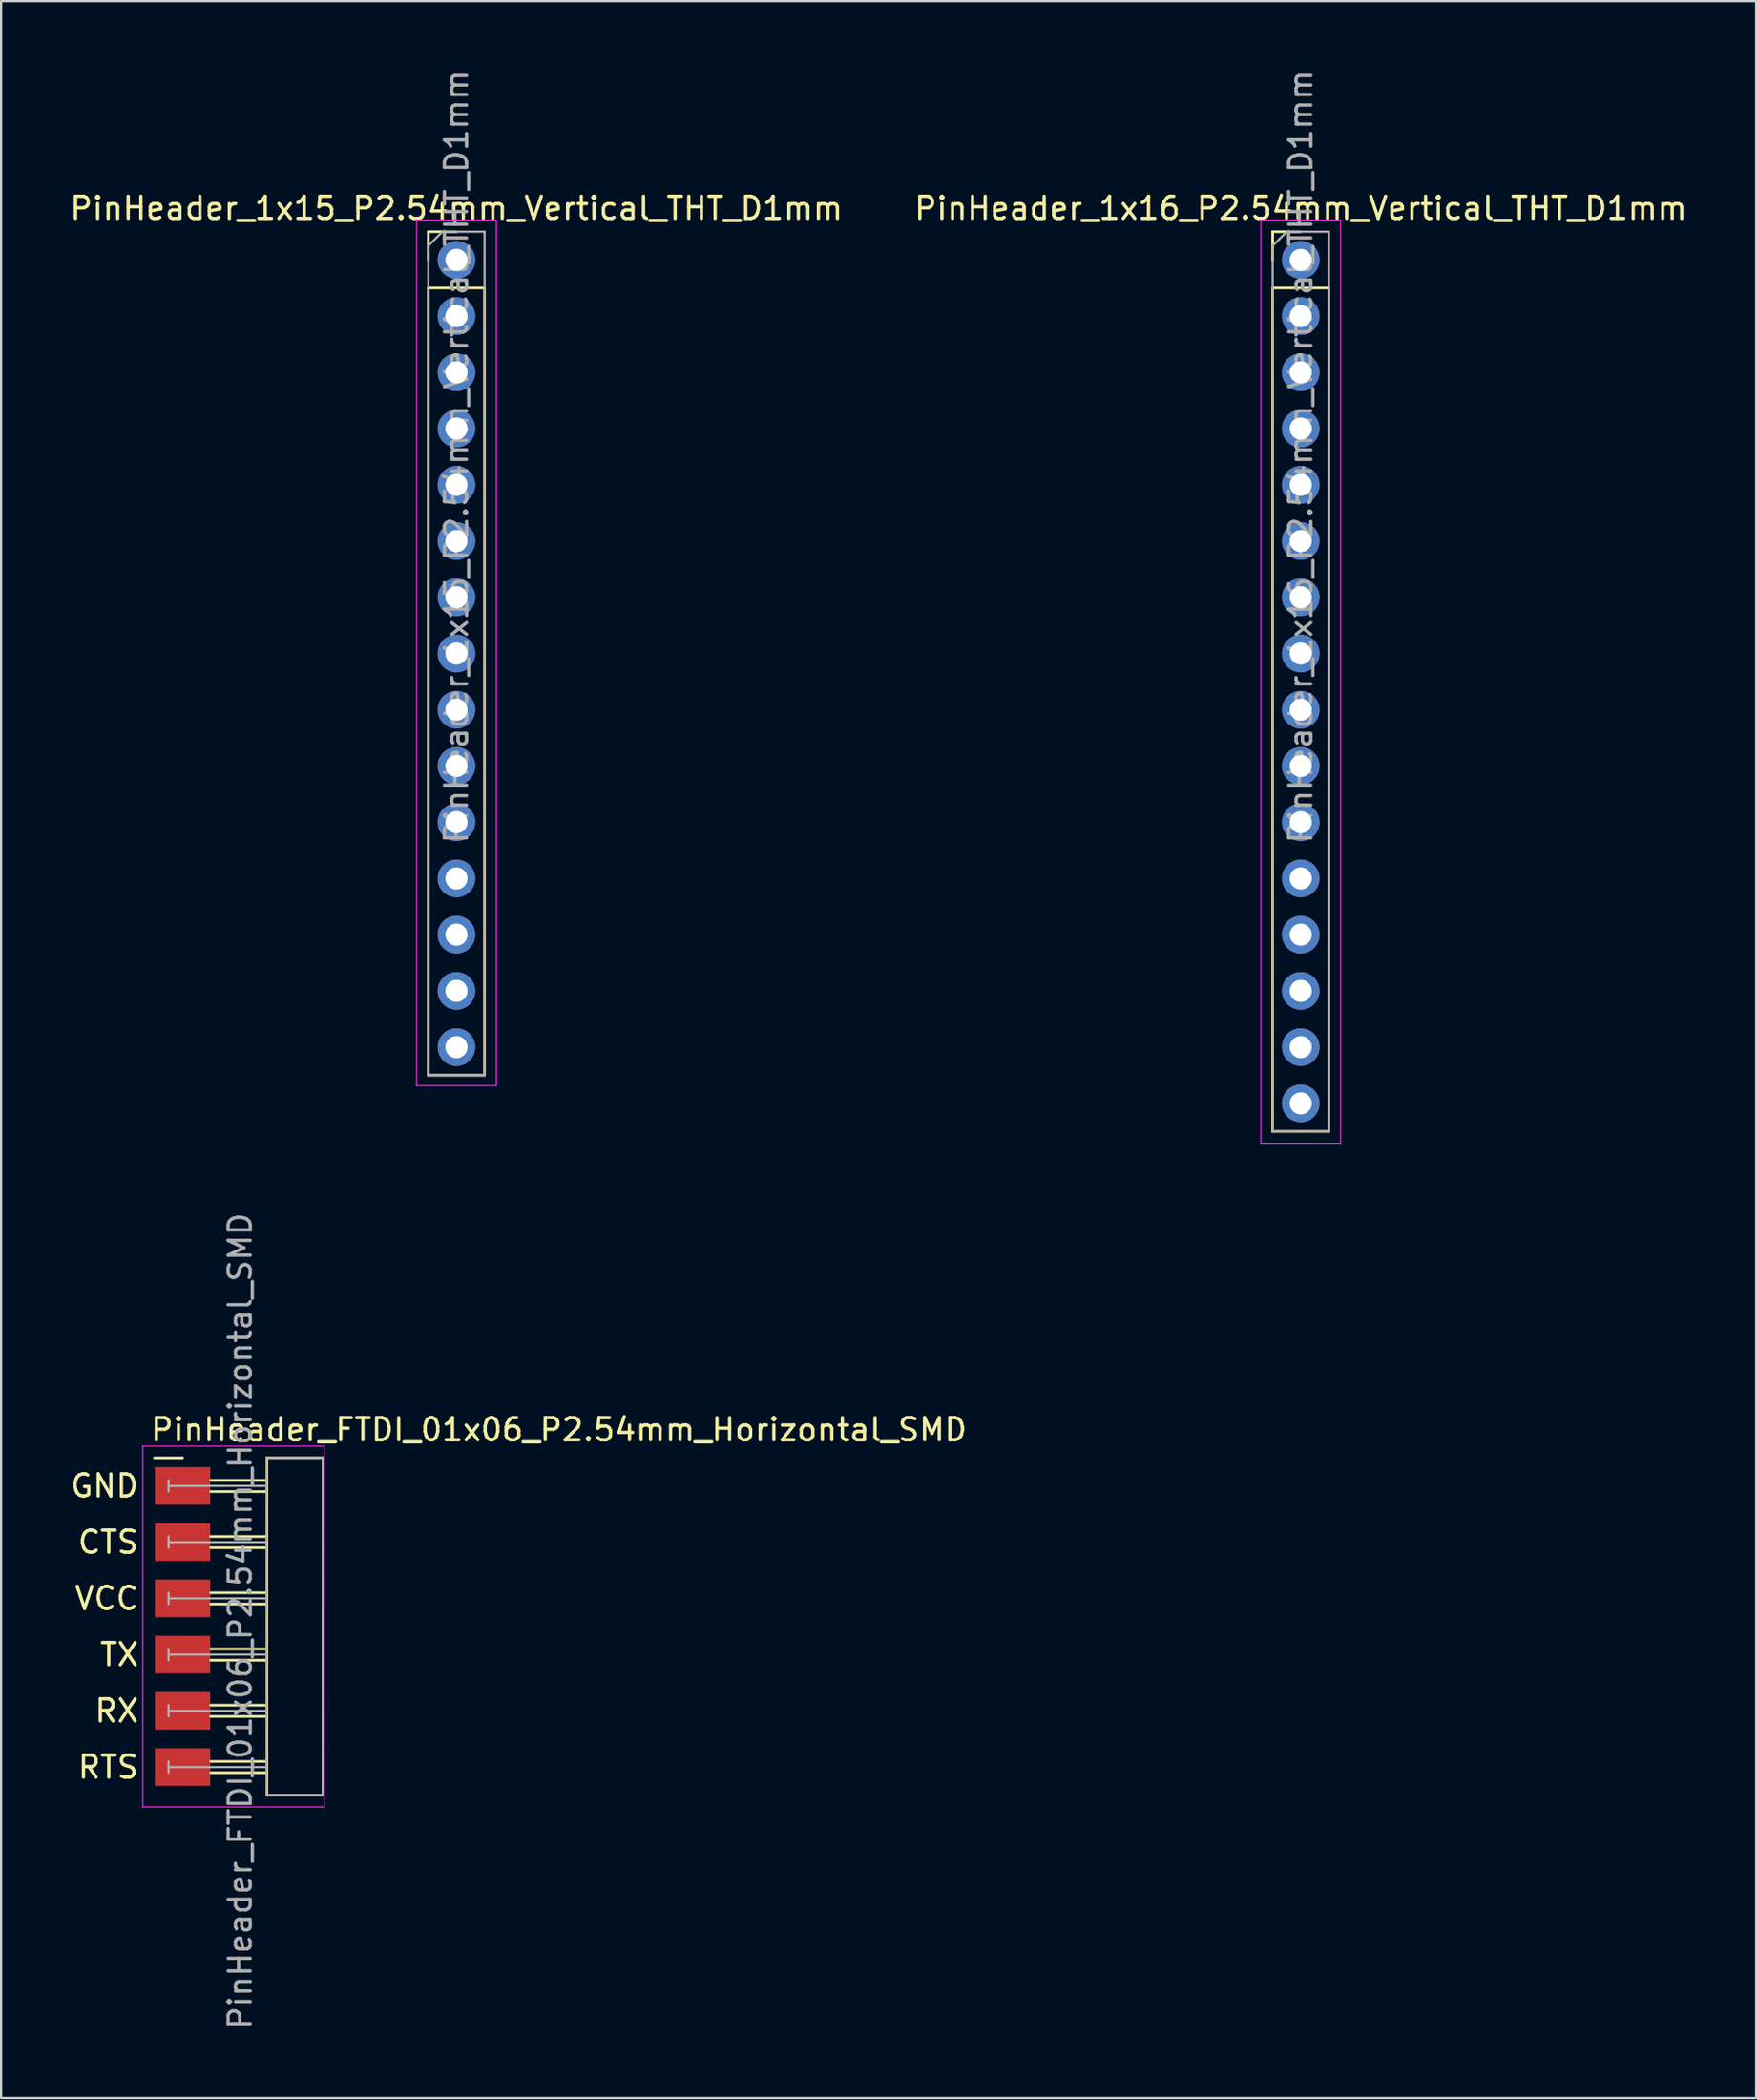
<source format=kicad_pcb>
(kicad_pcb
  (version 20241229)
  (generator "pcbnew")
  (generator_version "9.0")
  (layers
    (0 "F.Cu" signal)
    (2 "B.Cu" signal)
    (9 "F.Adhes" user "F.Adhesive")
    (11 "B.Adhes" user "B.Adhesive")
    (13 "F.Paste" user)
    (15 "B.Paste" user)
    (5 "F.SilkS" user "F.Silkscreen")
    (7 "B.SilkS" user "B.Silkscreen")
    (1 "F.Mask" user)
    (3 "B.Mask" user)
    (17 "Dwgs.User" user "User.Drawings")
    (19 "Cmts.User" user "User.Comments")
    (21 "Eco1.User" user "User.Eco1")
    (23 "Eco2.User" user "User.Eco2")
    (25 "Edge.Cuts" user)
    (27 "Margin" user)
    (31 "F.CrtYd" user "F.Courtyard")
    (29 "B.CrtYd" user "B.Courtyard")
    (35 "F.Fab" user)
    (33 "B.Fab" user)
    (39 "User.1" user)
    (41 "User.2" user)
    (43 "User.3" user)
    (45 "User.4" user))
  (footprint "PinHeader_1x16_P2.54mm_Vertical_THT_D1mm"
    (layer "F.Cu")
    (at 55.732 8.687)
    (property "Reference" "PinHeader_1x16_P2.54mm_Vertical_THT_D1mm" (at 0 -2.33 0) (layer "F.SilkS") (effects (font (size 1 1) (thickness 0.15))))
    (attr through_hole)
    (fp_line (start -1.27 -1.27) (end 0 -1.27) (stroke (width 0.12) (type solid)) (layer "F.SilkS"))
    (fp_line (start -1.27 0) (end -1.27 -1.27) (stroke (width 0.12) (type solid)) (layer "F.SilkS"))
    (fp_line (start -1.27 1.27) (end -1.27 39.37) (stroke (width 0.12) (type solid)) (layer "F.SilkS"))
    (fp_line (start -1.27 1.27) (end 1.27 1.27) (stroke (width 0.12) (type solid)) (layer "F.SilkS"))
    (fp_line (start -1.27 39.37) (end 1.27 39.37) (stroke (width 0.12) (type solid)) (layer "F.SilkS"))
    (fp_line (start 1.27 1.27) (end 1.27 39.37) (stroke (width 0.12) (type solid)) (layer "F.SilkS"))
    (fp_line (start -1.8 -1.8) (end -1.8 39.9) (stroke (width 0.05) (type solid)) (layer "F.CrtYd"))
    (fp_line (start -1.8 39.9) (end 1.8 39.9) (stroke (width 0.05) (type solid)) (layer "F.CrtYd"))
    (fp_line (start 1.8 -1.8) (end -1.8 -1.8) (stroke (width 0.05) (type solid)) (layer "F.CrtYd"))
    (fp_line (start 1.8 39.9) (end 1.8 -1.8) (stroke (width 0.05) (type solid)) (layer "F.CrtYd"))
    (fp_line (start -1.27 -0.635) (end -0.635 -1.27) (stroke (width 0.1) (type solid)) (layer "F.Fab"))
    (fp_line (start -1.27 39.37) (end -1.27 -0.635) (stroke (width 0.1) (type solid)) (layer "F.Fab"))
    (fp_line (start -0.635 -1.27) (end 1.27 -1.27) (stroke (width 0.1) (type solid)) (layer "F.Fab"))
    (fp_line (start 1.27 -1.27) (end 1.27 39.37) (stroke (width 0.1) (type solid)) (layer "F.Fab"))
    (fp_line (start 1.27 39.37) (end -1.27 39.37) (stroke (width 0.1) (type solid)) (layer "F.Fab"))
    (fp_text user "${REFERENCE}" (at 0 8.89 90) (layer "F.Fab") (effects (font (size 1 1) (thickness 0.15))))
    (pad "1" thru_hole circle (at 0 0) (size 1.7 1.7) (drill 1) (layers "*.Cu" "*.Mask"))
    (pad "2" thru_hole oval (at 0 2.54) (size 1.7 1.7) (drill 1) (layers "*.Cu" "*.Mask"))
    (pad "3" thru_hole oval (at 0 5.08) (size 1.7 1.7) (drill 1) (layers "*.Cu" "*.Mask"))
    (pad "4" thru_hole oval (at 0 7.62) (size 1.7 1.7) (drill 1) (layers "*.Cu" "*.Mask"))
    (pad "5" thru_hole oval (at 0 10.16) (size 1.7 1.7) (drill 1) (layers "*.Cu" "*.Mask"))
    (pad "6" thru_hole oval (at 0 12.7) (size 1.7 1.7) (drill 1) (layers "*.Cu" "*.Mask"))
    (pad "7" thru_hole oval (at 0 15.24) (size 1.7 1.7) (drill 1) (layers "*.Cu" "*.Mask"))
    (pad "8" thru_hole oval (at 0 17.78) (size 1.7 1.7) (drill 1) (layers "*.Cu" "*.Mask"))
    (pad "9" thru_hole oval (at 0 20.32) (size 1.7 1.7) (drill 1) (layers "*.Cu" "*.Mask"))
    (pad "10" thru_hole oval (at 0 22.86) (size 1.7 1.7) (drill 1) (layers "*.Cu" "*.Mask"))
    (pad "11" thru_hole oval (at 0 25.4) (size 1.7 1.7) (drill 1) (layers "*.Cu" "*.Mask"))
    (pad "12" thru_hole oval (at 0 27.94) (size 1.7 1.7) (drill 1) (layers "*.Cu" "*.Mask"))
    (pad "13" thru_hole oval (at 0 30.48) (size 1.7 1.7) (drill 1) (layers "*.Cu" "*.Mask"))
    (pad "14" thru_hole oval (at 0 33.02) (size 1.7 1.7) (drill 1) (layers "*.Cu" "*.Mask"))
    (pad "15" thru_hole oval (at 0 35.56) (size 1.7 1.7) (drill 1) (layers "*.Cu" "*.Mask"))
    (pad "16" thru_hole oval (at 0 38.1) (size 1.7 1.7) (drill 1) (layers "*.Cu" "*.Mask")))
  (footprint "PinHeader_1x15_P2.54mm_Vertical_THT_D1mm"
    (layer "F.Cu")
    (at 17.577 8.687)
    (property "Reference" "PinHeader_1x15_P2.54mm_Vertical_THT_D1mm" (at 0 -2.33 0) (layer "F.SilkS") (effects (font (size 1 1) (thickness 0.15))))
    (attr through_hole)
    (fp_line (start -1.27 -1.27) (end 0 -1.27) (stroke (width 0.12) (type solid)) (layer "F.SilkS"))
    (fp_line (start -1.27 0) (end -1.27 -1.27) (stroke (width 0.12) (type solid)) (layer "F.SilkS"))
    (fp_line (start -1.27 1.27) (end -1.27 36.83) (stroke (width 0.12) (type solid)) (layer "F.SilkS"))
    (fp_line (start -1.27 1.27) (end 1.27 1.27) (stroke (width 0.12) (type solid)) (layer "F.SilkS"))
    (fp_line (start -1.27 36.83) (end 1.27 36.83) (stroke (width 0.12) (type solid)) (layer "F.SilkS"))
    (fp_line (start 1.27 1.27) (end 1.27 36.83) (stroke (width 0.12) (type solid)) (layer "F.SilkS"))
    (fp_line (start -1.8 -1.8) (end -1.8 37.3) (stroke (width 0.05) (type solid)) (layer "F.CrtYd"))
    (fp_line (start -1.8 37.3) (end 1.8 37.3) (stroke (width 0.05) (type solid)) (layer "F.CrtYd"))
    (fp_line (start 1.8 -1.8) (end -1.8 -1.8) (stroke (width 0.05) (type solid)) (layer "F.CrtYd"))
    (fp_line (start 1.8 37.3) (end 1.8 -1.8) (stroke (width 0.05) (type solid)) (layer "F.CrtYd"))
    (fp_line (start -1.27 -0.635) (end -0.635 -1.27) (stroke (width 0.1) (type solid)) (layer "F.Fab"))
    (fp_line (start -1.27 36.83) (end -1.27 -0.635) (stroke (width 0.1) (type solid)) (layer "F.Fab"))
    (fp_line (start -0.635 -1.27) (end 1.27 -1.27) (stroke (width 0.1) (type solid)) (layer "F.Fab"))
    (fp_line (start 1.27 -1.27) (end 1.27 36.83) (stroke (width 0.1) (type solid)) (layer "F.Fab"))
    (fp_line (start 1.27 36.83) (end -1.27 36.83) (stroke (width 0.1) (type solid)) (layer "F.Fab"))
    (fp_text user "${REFERENCE}" (at 0 8.89 90) (layer "F.Fab") (effects (font (size 1 1) (thickness 0.15))))
    (pad "1" thru_hole circle (at 0 0) (size 1.7 1.7) (drill 1) (layers "*.Cu" "*.Mask"))
    (pad "2" thru_hole oval (at 0 2.54) (size 1.7 1.7) (drill 1) (layers "*.Cu" "*.Mask"))
    (pad "3" thru_hole oval (at 0 5.08) (size 1.7 1.7) (drill 1) (layers "*.Cu" "*.Mask"))
    (pad "4" thru_hole oval (at 0 7.62) (size 1.7 1.7) (drill 1) (layers "*.Cu" "*.Mask"))
    (pad "5" thru_hole oval (at 0 10.16) (size 1.7 1.7) (drill 1) (layers "*.Cu" "*.Mask"))
    (pad "6" thru_hole oval (at 0 12.7) (size 1.7 1.7) (drill 1) (layers "*.Cu" "*.Mask"))
    (pad "7" thru_hole oval (at 0 15.24) (size 1.7 1.7) (drill 1) (layers "*.Cu" "*.Mask"))
    (pad "8" thru_hole oval (at 0 17.78) (size 1.7 1.7) (drill 1) (layers "*.Cu" "*.Mask"))
    (pad "9" thru_hole oval (at 0 20.32) (size 1.7 1.7) (drill 1) (layers "*.Cu" "*.Mask"))
    (pad "10" thru_hole oval (at 0 22.86) (size 1.7 1.7) (drill 1) (layers "*.Cu" "*.Mask"))
    (pad "11" thru_hole oval (at 0 25.4) (size 1.7 1.7) (drill 1) (layers "*.Cu" "*.Mask"))
    (pad "12" thru_hole oval (at 0 27.94) (size 1.7 1.7) (drill 1) (layers "*.Cu" "*.Mask"))
    (pad "13" thru_hole oval (at 0 30.48) (size 1.7 1.7) (drill 1) (layers "*.Cu" "*.Mask"))
    (pad "14" thru_hole oval (at 0 33.02) (size 1.7 1.7) (drill 1) (layers "*.Cu" "*.Mask"))
    (pad "15" thru_hole oval (at 0 35.56) (size 1.7 1.7) (drill 1) (layers "*.Cu" "*.Mask")))
  (footprint "PinHeader_FTDI_01x06_P2.54mm_Horizontal_SMD"
    (layer "F.Cu")
    (at 5.203 64.066)
    (property "Reference" "PinHeader_FTDI_01x06_P2.54mm_Horizontal_SMD" (at -1.524 -2.54 180) (layer "F.SilkS") (effects (font (size 1 1) (thickness 0.15)) (justify left)))
    (attr smd)
    (fp_line (start -1.27 -1.27) (end 0 -1.27) (stroke (width 0.12) (type solid)) (layer "F.SilkS"))
    (fp_line (start 3.81 -1.27) (end 6.35 -1.27) (stroke (width 0.12) (type solid)) (layer "F.SilkS"))
    (fp_line (start 3.81 -0.254) (end 1.27 -0.254) (stroke (width 0.12) (type solid)) (layer "F.SilkS"))
    (fp_line (start 3.81 0.254) (end 1.27 0.254) (stroke (width 0.12) (type solid)) (layer "F.SilkS"))
    (fp_line (start 3.81 2.286) (end 1.27 2.286) (stroke (width 0.12) (type solid)) (layer "F.SilkS"))
    (fp_line (start 3.81 2.794) (end 1.27 2.794) (stroke (width 0.12) (type solid)) (layer "F.SilkS"))
    (fp_line (start 3.81 4.826) (end 1.27 4.826) (stroke (width 0.12) (type solid)) (layer "F.SilkS"))
    (fp_line (start 3.81 5.334) (end 1.27 5.334) (stroke (width 0.12) (type solid)) (layer "F.SilkS"))
    (fp_line (start 3.81 7.366) (end 1.27 7.366) (stroke (width 0.12) (type solid)) (layer "F.SilkS"))
    (fp_line (start 3.81 7.874) (end 1.27 7.874) (stroke (width 0.12) (type solid)) (layer "F.SilkS"))
    (fp_line (start 3.81 9.906) (end 1.27 9.906) (stroke (width 0.12) (type solid)) (layer "F.SilkS"))
    (fp_line (start 3.81 10.414) (end 1.27 10.414) (stroke (width 0.12) (type solid)) (layer "F.SilkS"))
    (fp_line (start 3.81 12.446) (end 1.27 12.446) (stroke (width 0.12) (type solid)) (layer "F.SilkS"))
    (fp_line (start 3.81 12.954) (end 1.27 12.954) (stroke (width 0.12) (type solid)) (layer "F.SilkS"))
    (fp_line (start 3.81 13.97) (end 3.81 -1.27) (stroke (width 0.12) (type solid)) (layer "F.SilkS"))
    (fp_line (start 6.35 -1.27) (end 6.35 13.97) (stroke (width 0.12) (type solid)) (layer "F.SilkS"))
    (fp_line (start 6.35 13.97) (end 3.81 13.97) (stroke (width 0.12) (type solid)) (layer "F.SilkS"))
    (fp_line (start -1.8 -1.8) (end -1.8 14.5) (stroke (width 0.05) (type solid)) (layer "F.CrtYd"))
    (fp_line (start -1.8 14.5) (end 6.4 14.5) (stroke (width 0.05) (type solid)) (layer "F.CrtYd"))
    (fp_line (start 6.4 -1.8) (end -1.8 -1.8) (stroke (width 0.05) (type solid)) (layer "F.CrtYd"))
    (fp_line (start 6.4 14.5) (end 6.4 -1.8) (stroke (width 0.05) (type solid)) (layer "F.CrtYd"))
    (fp_line (start -0.635 -0.254) (end -0.635 0.254) (stroke (width 0.1) (type solid)) (layer "F.Fab"))
    (fp_line (start -0.635 2.286) (end -0.635 2.794) (stroke (width 0.1) (type solid)) (layer "F.Fab"))
    (fp_line (start -0.635 4.826) (end -0.635 5.334) (stroke (width 0.1) (type solid)) (layer "F.Fab"))
    (fp_line (start -0.635 7.366) (end -0.635 7.874) (stroke (width 0.1) (type solid)) (layer "F.Fab"))
    (fp_line (start -0.635 9.906) (end -0.635 10.414) (stroke (width 0.1) (type solid)) (layer "F.Fab"))
    (fp_line (start -0.635 12.446) (end -0.635 12.954) (stroke (width 0.1) (type solid)) (layer "F.Fab"))
    (fp_line (start 3.8 -1.27) (end 6.34 -1.27) (stroke (width 0.1) (type solid)) (layer "F.Fab"))
    (fp_line (start 3.8 13.97) (end 3.8 -1.27) (stroke (width 0.1) (type solid)) (layer "F.Fab"))
    (fp_line (start 3.8 13.97) (end 6.35 13.97) (stroke (width 0.1) (type solid)) (layer "F.Fab"))
    (fp_line (start 3.81 0) (end -0.635 0) (stroke (width 0.1) (type solid)) (layer "F.Fab"))
    (fp_line (start 3.81 2.54) (end -0.635 2.54) (stroke (width 0.1) (type solid)) (layer "F.Fab"))
    (fp_line (start 3.81 5.08) (end -0.635 5.08) (stroke (width 0.1) (type solid)) (layer "F.Fab"))
    (fp_line (start 3.81 7.62) (end -0.635 7.62) (stroke (width 0.1) (type solid)) (layer "F.Fab"))
    (fp_line (start 3.81 10.16) (end -0.635 10.16) (stroke (width 0.1) (type solid)) (layer "F.Fab"))
    (fp_line (start 3.81 12.7) (end -0.635 12.7) (stroke (width 0.1) (type solid)) (layer "F.Fab"))
    (fp_line (start 6.34 -1.27) (end 6.35 13.97) (stroke (width 0.1) (type solid)) (layer "F.Fab"))
    (fp_text user "TX" (at -1.905 7.62 0) (layer "F.SilkS") (effects (font (size 1 1) (thickness 0.15)) (justify right)))
    (fp_text user "CTS" (at -1.905 2.54 0) (layer "F.SilkS") (effects (font (size 1 1) (thickness 0.15)) (justify right)))
    (fp_text user "RTS" (at -1.905 12.7 0) (layer "F.SilkS") (effects (font (size 1 1) (thickness 0.15)) (justify right)))
    (fp_text user "VCC" (at -1.905 5.08 0) (layer "F.SilkS") (effects (font (size 1 1) (thickness 0.15)) (justify right)))
    (fp_text user "RX" (at -1.905 10.16 0) (layer "F.SilkS") (effects (font (size 1 1) (thickness 0.15)) (justify right)))
    (fp_text user "GND" (at -1.905 0 0) (layer "F.SilkS") (effects (font (size 1 1) (thickness 0.15)) (justify right)))
    (fp_text user "${REFERENCE}" (at 2.6 6.1 90) (layer "F.Fab") (effects (font (size 1 1) (thickness 0.15))))
    (pad "1" smd rect (at 0 0) (size 2.5 1.7) (layers "F.Cu" "F.Mask" "F.Paste"))
    (pad "2" smd rect (at 0 2.54) (size 2.5 1.7) (layers "F.Cu" "F.Mask" "F.Paste"))
    (pad "3" smd rect (at 0 5.08) (size 2.5 1.7) (layers "F.Cu" "F.Mask" "F.Paste"))
    (pad "4" smd rect (at 0 7.62) (size 2.5 1.7) (layers "F.Cu" "F.Mask" "F.Paste"))
    (pad "5" smd rect (at 0 10.16) (size 2.5 1.7) (layers "F.Cu" "F.Mask" "F.Paste"))
    (pad "6" smd rect (at 0 12.7) (size 2.5 1.7) (layers "F.Cu" "F.Mask" "F.Paste")))
  (gr_rect
    (start -3 -3)
    (end 76.31 91.72)
    (stroke (width 0.1) (type default))
    (fill no)
    (layer "Edge.Cuts")))
</source>
